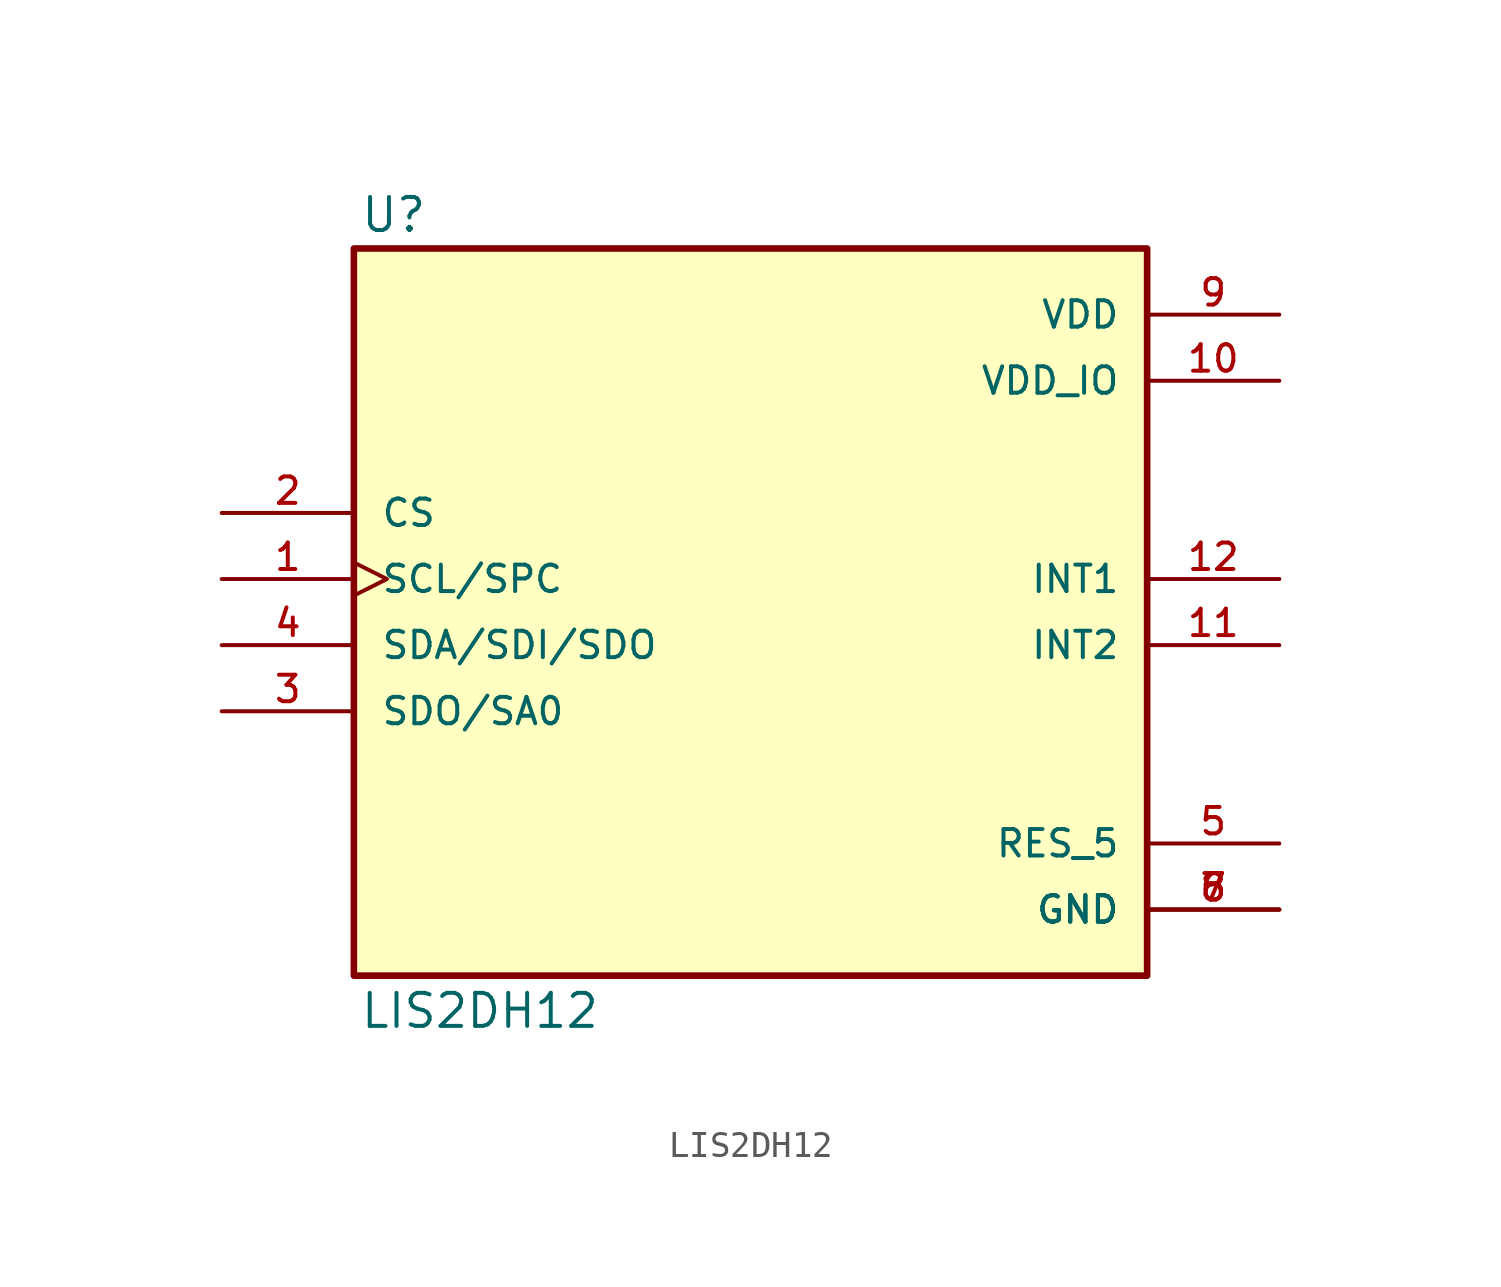
<source format=kicad_sym>
(kicad_symbol_lib
  (version 20211014)
  (generator kicad_symbol_editor)
  (symbol "LIS2DH12"
    (pin_names
      (offset 1.016))
    (property "Reference" "U"
      (at -15.02 13.248 0)
      (effects (font (size 1.27 1.27)) (justify bottom left)))
    (property "Value" "LIS2DH12"
      (at -15.033 -17.333 0)
      (effects (font (size 1.27 1.27)) (justify bottom left)))
    (symbol "LIS2DH12_0_0"
      (rectangle (start -15.24 -15.24) (end 15.24 12.7) (stroke (width 0.254)) (fill (type background)))
      (pin input clock (at -20.32 0.0 0) (length 5.08) (name "SCL/SPC" (effects (font (size 1.016 1.016)))) (number "1" (effects (font (size 1.016 1.016)))))
      (pin bidirectional line (at -20.32 -2.54 0) (length 5.08) (name "SDA/SDI/SDO" (effects (font (size 1.016 1.016)))) (number "4" (effects (font (size 1.016 1.016)))))
      (pin output line (at -20.32 -5.08 0) (length 5.08) (name "SDO/SA0" (effects (font (size 1.016 1.016)))) (number "3" (effects (font (size 1.016 1.016)))))
      (pin input line (at -20.32 2.54 0) (length 5.08) (name "CS" (effects (font (size 1.016 1.016)))) (number "2" (effects (font (size 1.016 1.016)))))
      (pin output line (at 20.32 0.0 180.0) (length 5.08) (name "INT1" (effects (font (size 1.016 1.016)))) (number "12" (effects (font (size 1.016 1.016)))))
      (pin output line (at 20.32 -2.54 180.0) (length 5.08) (name "INT2" (effects (font (size 1.016 1.016)))) (number "11" (effects (font (size 1.016 1.016)))))
      (pin power_in line (at 20.32 7.62 180.0) (length 5.08) (name "VDD_IO" (effects (font (size 1.016 1.016)))) (number "10" (effects (font (size 1.016 1.016)))))
      (pin power_in line (at 20.32 10.16 180.0) (length 5.08) (name "VDD" (effects (font (size 1.016 1.016)))) (number "9" (effects (font (size 1.016 1.016)))))
      (pin power_in line (at 20.32 -12.7 180.0) (length 5.08) (name "GND" (effects (font (size 1.016 1.016)))) (number "6" (effects (font (size 1.016 1.016)))))
      (pin power_in line (at 20.32 -12.7 180.0) (length 5.08) (name "GND" (effects (font (size 1.016 1.016)))) (number "7" (effects (font (size 1.016 1.016)))))
      (pin power_in line (at 20.32 -12.7 180.0) (length 5.08) (name "GND" (effects (font (size 1.016 1.016)))) (number "8" (effects (font (size 1.016 1.016)))))
      (pin power_in line (at 20.32 -10.16 180.0) (length 5.08) (name "RES_5" (effects (font (size 1.016 1.016)))) (number "5" (effects (font (size 1.016 1.016))))))))
</source>
